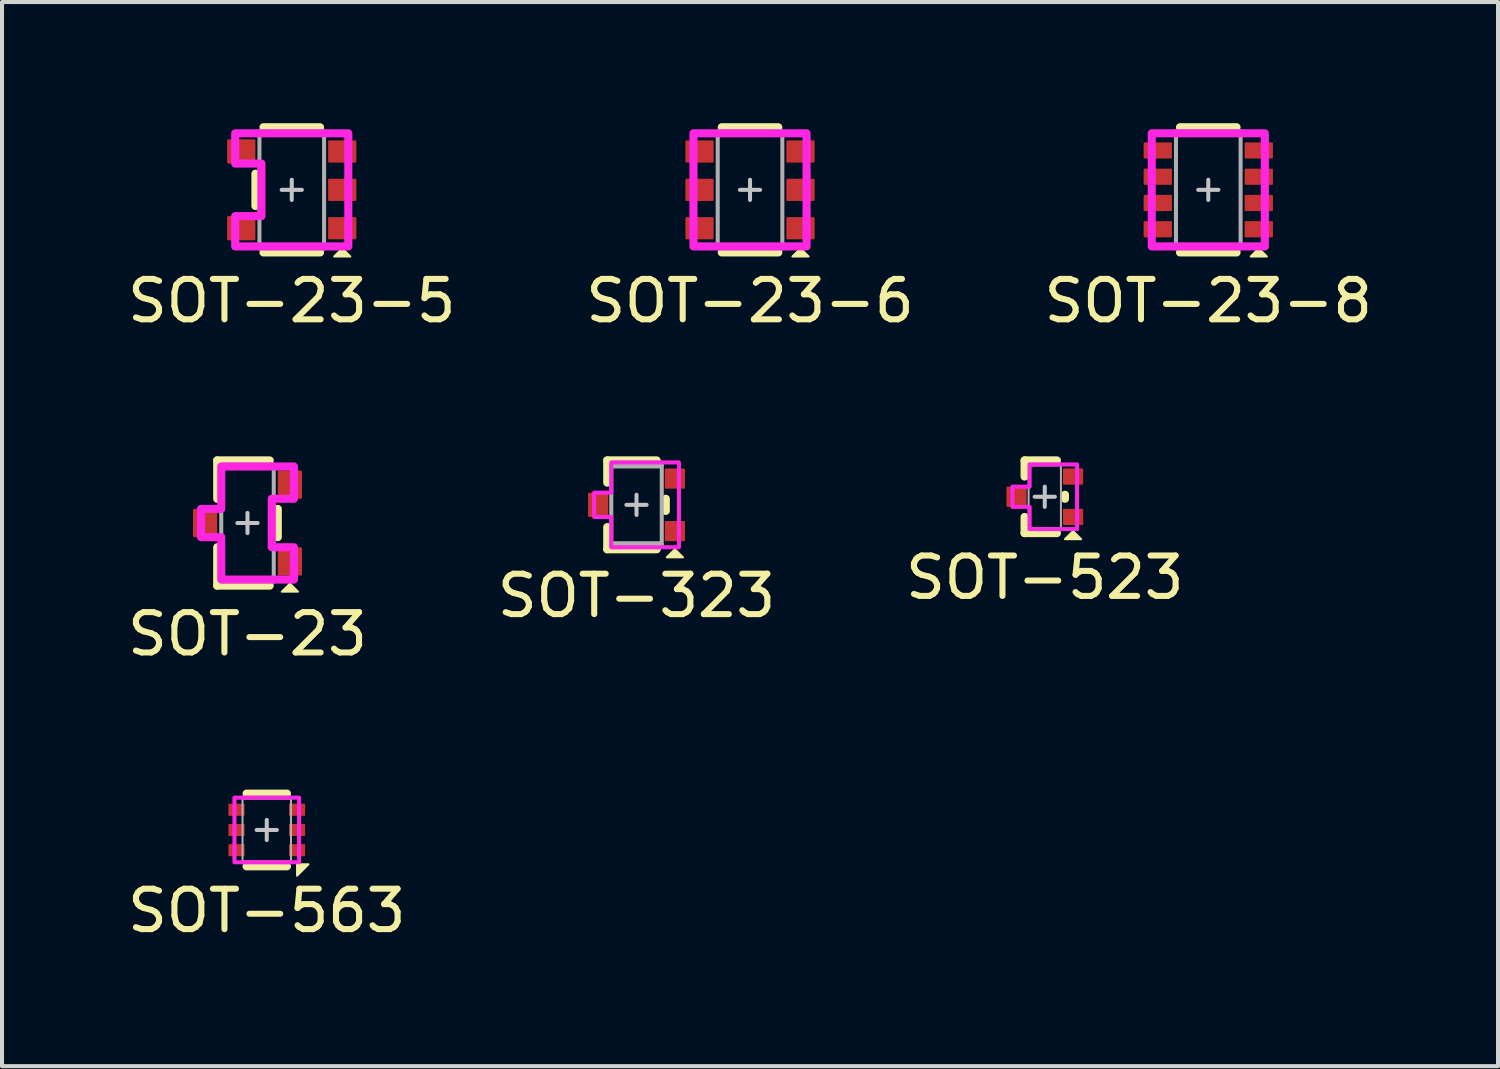
<source format=kicad_pcb>
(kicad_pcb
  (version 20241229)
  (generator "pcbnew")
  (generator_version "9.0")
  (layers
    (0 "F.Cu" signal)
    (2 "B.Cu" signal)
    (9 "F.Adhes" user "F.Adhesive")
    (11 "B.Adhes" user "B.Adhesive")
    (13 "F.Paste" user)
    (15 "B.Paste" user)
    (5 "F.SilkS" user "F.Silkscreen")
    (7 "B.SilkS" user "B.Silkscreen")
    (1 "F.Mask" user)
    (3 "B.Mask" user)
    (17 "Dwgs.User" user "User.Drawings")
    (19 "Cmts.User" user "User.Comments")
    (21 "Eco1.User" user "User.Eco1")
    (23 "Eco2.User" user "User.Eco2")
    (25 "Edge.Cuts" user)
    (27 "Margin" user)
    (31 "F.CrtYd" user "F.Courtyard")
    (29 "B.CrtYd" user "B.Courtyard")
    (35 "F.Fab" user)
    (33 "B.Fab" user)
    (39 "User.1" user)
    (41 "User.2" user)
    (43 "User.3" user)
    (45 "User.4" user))
  (footprint "SOT-523"
    (layer "F.Cu")
    (at 22.815 9.248)
    (property "Reference" "SOT-523" (at 0 2 0) (unlocked yes) (layer "F.SilkS") (effects (font (size 1 1) (thickness 0.15))))
    (attr smd)
    (fp_line (start -0.5 -0.9) (end 0.3 -0.9) (stroke (width 0.2) (type solid)) (layer "F.SilkS"))
    (fp_line (start -0.5 -0.5) (end -0.5 -0.9) (stroke (width 0.2) (type solid)) (layer "F.SilkS"))
    (fp_line (start -0.5 0.5) (end -0.5 0.9) (stroke (width 0.2) (type solid)) (layer "F.SilkS"))
    (fp_line (start -0.5 0.9) (end 0.3 0.9) (stroke (width 0.2) (type solid)) (layer "F.SilkS"))
    (fp_line (start 0.5 -0.05) (end 0.5 0.05) (stroke (width 0.2) (type solid)) (layer "F.SilkS"))
    (fp_poly (pts (xy 0.5 1.05) (xy 0.7 0.85) (xy 0.9 1.05)) (stroke (width 0.05) (type solid)) (fill yes) (layer "F.SilkS"))
    (fp_line (start -0.25 0) (end 0.25 0) (stroke (width 0.1) (type solid)) (layer "Dwgs.User"))
    (fp_line (start 0 -0.25) (end 0 0.25) (stroke (width 0.1) (type solid)) (layer "Dwgs.User"))
    (fp_poly (pts (xy 0.8 0.8) (xy -0.375 0.8) (xy -0.375 0.25) (xy -0.8 0.25) (xy -0.8 -0.25) (xy -0.375 -0.25) (xy -0.375 -0.8) (xy 0.8 -0.8)) (stroke (width 0.1) (type solid)) (fill no) (layer "F.CrtYd"))
    (fp_line (start -0.4 -0.8) (end -0.4 0.8) (stroke (width 0.05) (type solid)) (layer "F.Fab"))
    (fp_line (start -0.375 -0.8) (end 0.375 -0.8) (stroke (width 0.1) (type solid)) (layer "F.Fab"))
    (fp_line (start -0.375 0.8) (end 0.375 0.8) (stroke (width 0.1) (type solid)) (layer "F.Fab"))
    (fp_line (start 0.4 -0.8) (end 0.4 0.8) (stroke (width 0.05) (type solid)) (layer "F.Fab"))
    (pad "1" smd roundrect (at 0.7 0.5) (size 0.5 0.4) (layers "F.Cu" "F.Mask" "F.Paste") (roundrect_rratio 0.05))
    (pad "2" smd roundrect (at 0.7 -0.5) (size 0.5 0.4) (layers "F.Cu" "F.Mask" "F.Paste") (roundrect_rratio 0.05))
    (pad "3" smd roundrect (at -0.7 0) (size 0.5 0.5) (layers "F.Cu" "F.Mask" "F.Paste") (roundrect_rratio 0.05)))
  (footprint "SOT-563"
    (layer "F.Cu")
    (at 3.554 17.497)
    (property "Reference" "SOT-563" (at 0 2 0) (unlocked yes) (layer "F.SilkS") (effects (font (size 1 1) (thickness 0.15))))
    (attr smd)
    (fp_line (start 0.5 -0.9) (end -0.5 -0.9) (stroke (width 0.2) (type solid)) (layer "F.SilkS"))
    (fp_line (start 0.5 0.9) (end -0.5 0.9) (stroke (width 0.2) (type solid)) (layer "F.SilkS"))
    (fp_poly (pts (xy 0.75 1.133) (xy 0.75 0.85) (xy 1.033 0.85)) (stroke (width 0.05) (type solid)) (fill yes) (layer "F.SilkS"))
    (fp_line (start 0 0.25) (end 0 -0.25) (stroke (width 0.1) (type solid)) (layer "Dwgs.User"))
    (fp_line (start 0.25 0) (end -0.25 0) (stroke (width 0.1) (type solid)) (layer "Dwgs.User"))
    (fp_rect (start -0.8 -0.8) (end 0.8 0.8) (stroke (width 0.1) (type solid)) (fill no) (layer "F.CrtYd"))
    (fp_line (start -0.6 -0.8) (end -0.6 0.8) (stroke (width 0.05) (type solid)) (layer "F.Fab"))
    (fp_line (start -0.575 -0.8) (end 0.575 -0.8) (stroke (width 0.1) (type solid)) (layer "F.Fab"))
    (fp_line (start -0.575 0.8) (end 0.575 0.8) (stroke (width 0.1) (type solid)) (layer "F.Fab"))
    (fp_line (start 0.6 -0.8) (end 0.6 0.8) (stroke (width 0.05) (type solid)) (layer "F.Fab"))
    (pad "1" smd roundrect (at 0.75 0.5) (size 0.4 0.3) (layers "F.Cu" "F.Mask" "F.Paste") (roundrect_rratio 0.05))
    (pad "2" smd roundrect (at 0.75 0) (size 0.4 0.3) (layers "F.Cu" "F.Mask" "F.Paste") (roundrect_rratio 0.05))
    (pad "3" smd roundrect (at 0.75 -0.5) (size 0.4 0.3) (layers "F.Cu" "F.Mask" "F.Paste") (roundrect_rratio 0.05))
    (pad "4" smd roundrect (at -0.75 -0.5) (size 0.4 0.3) (layers "F.Cu" "F.Mask" "F.Paste") (roundrect_rratio 0.05))
    (pad "5" smd roundrect (at -0.75 0) (size 0.4 0.3) (layers "F.Cu" "F.Mask" "F.Paste") (roundrect_rratio 0.05))
    (pad "6" smd roundrect (at -0.75 0.5) (size 0.4 0.3) (layers "F.Cu" "F.Mask" "F.Paste") (roundrect_rratio 0.05)))
  (footprint "SOT-23-6"
    (layer "F.Cu")
    (at 15.518 1.65)
    (property "Reference" "SOT-23-6" (at 0 2.75 0) (unlocked yes) (layer "F.SilkS") (effects (font (size 1 1) (thickness 0.15))))
    (attr smd)
    (fp_line (start 0.7 -1.55) (end -0.7 -1.55) (stroke (width 0.2) (type solid)) (layer "F.SilkS"))
    (fp_line (start 0.7 1.55) (end -0.7 1.55) (stroke (width 0.2) (type solid)) (layer "F.SilkS"))
    (fp_poly (pts (xy 1.05 1.65) (xy 1.25 1.45) (xy 1.45 1.65)) (stroke (width 0.05) (type solid)) (fill yes) (layer "F.SilkS"))
    (fp_line (start 0 0.25) (end 0 -0.25) (stroke (width 0.1) (type solid)) (layer "Dwgs.User"))
    (fp_line (start 0.25 0) (end -0.25 0) (stroke (width 0.1) (type solid)) (layer "Dwgs.User"))
    (fp_rect (start -1.4 -1.4) (end 1.4 1.4) (stroke (width 0.2) (type solid)) (fill no) (layer "F.CrtYd"))
    (fp_rect (start -0.8 -1.45) (end 0.8 1.45) (stroke (width 0.1) (type solid)) (fill no) (layer "F.Fab"))
    (pad "1" smd roundrect (at 1.25 0.95) (size 0.7 0.55) (layers "F.Cu" "F.Mask" "F.Paste") (roundrect_rratio 0.05))
    (pad "2" smd roundrect (at 1.25 0) (size 0.7 0.55) (layers "F.Cu" "F.Mask" "F.Paste") (roundrect_rratio 0.05))
    (pad "3" smd roundrect (at 1.25 -0.95) (size 0.7 0.55) (layers "F.Cu" "F.Mask" "F.Paste") (roundrect_rratio 0.05))
    (pad "4" smd roundrect (at -1.25 -0.95) (size 0.7 0.55) (layers "F.Cu" "F.Mask" "F.Paste") (roundrect_rratio 0.05))
    (pad "5" smd roundrect (at -1.25 0) (size 0.7 0.55) (layers "F.Cu" "F.Mask" "F.Paste") (roundrect_rratio 0.05))
    (pad "6" smd roundrect (at -1.25 0.95) (size 0.7 0.55) (layers "F.Cu" "F.Mask" "F.Paste") (roundrect_rratio 0.05)))
  (footprint "SOT-23-8"
    (layer "F.Cu")
    (at 26.863 1.65)
    (property "Reference" "SOT-23-8" (at 0 2.75 0) (unlocked yes) (layer "F.SilkS") (effects (font (size 1 1) (thickness 0.15))))
    (attr smd)
    (fp_line (start 0.7 -1.55) (end -0.7 -1.55) (stroke (width 0.2) (type solid)) (layer "F.SilkS"))
    (fp_line (start 0.7 1.55) (end -0.7 1.55) (stroke (width 0.2) (type solid)) (layer "F.SilkS"))
    (fp_poly (pts (xy 1.05 1.65) (xy 1.25 1.45) (xy 1.45 1.65)) (stroke (width 0.05) (type solid)) (fill yes) (layer "F.SilkS"))
    (fp_line (start 0 0.25) (end 0 -0.25) (stroke (width 0.1) (type solid)) (layer "Dwgs.User"))
    (fp_line (start 0.25 0) (end -0.25 0) (stroke (width 0.1) (type solid)) (layer "Dwgs.User"))
    (fp_rect (start -1.4 -1.4) (end 1.4 1.4) (stroke (width 0.2) (type solid)) (fill no) (layer "F.CrtYd"))
    (fp_rect (start -0.8 -1.45) (end 0.8 1.45) (stroke (width 0.1) (type solid)) (fill no) (layer "F.Fab"))
    (pad "1" smd roundrect (at 1.25 0.975) (size 0.7 0.4) (layers "F.Cu" "F.Mask" "F.Paste") (roundrect_rratio 0.05))
    (pad "2" smd roundrect (at 1.25 0.325) (size 0.7 0.4) (layers "F.Cu" "F.Mask" "F.Paste") (roundrect_rratio 0.05))
    (pad "3" smd roundrect (at 1.25 -0.325) (size 0.7 0.4) (layers "F.Cu" "F.Mask" "F.Paste") (roundrect_rratio 0.05))
    (pad "4" smd roundrect (at 1.25 -0.975) (size 0.7 0.4) (layers "F.Cu" "F.Mask" "F.Paste") (roundrect_rratio 0.05))
    (pad "5" smd roundrect (at -1.25 -0.975) (size 0.7 0.4) (layers "F.Cu" "F.Mask" "F.Paste") (roundrect_rratio 0.05))
    (pad "6" smd roundrect (at -1.25 -0.325) (size 0.7 0.4) (layers "F.Cu" "F.Mask" "F.Paste") (roundrect_rratio 0.05))
    (pad "7" smd roundrect (at -1.25 0.325) (size 0.7 0.4) (layers "F.Cu" "F.Mask" "F.Paste") (roundrect_rratio 0.05))
    (pad "8" smd roundrect (at -1.25 0.975) (size 0.7 0.4) (layers "F.Cu" "F.Mask" "F.Paste") (roundrect_rratio 0.05)))
  (footprint "SOT-323"
    (layer "F.Cu")
    (at 12.708 9.448)
    (property "Reference" "SOT-323" (at 0 2.25 0) (unlocked yes) (layer "F.SilkS") (effects (font (size 1 1) (thickness 0.15))))
    (attr smd)
    (fp_line (start -0.725 -1.1) (end 0.5 -1.1) (stroke (width 0.2) (type solid)) (layer "F.SilkS"))
    (fp_line (start -0.725 -0.55) (end -0.725 -1.1) (stroke (width 0.2) (type solid)) (layer "F.SilkS"))
    (fp_line (start -0.725 0.55) (end -0.725 1.1) (stroke (width 0.2) (type solid)) (layer "F.SilkS"))
    (fp_line (start -0.725 1.1) (end 0.5 1.1) (stroke (width 0.2) (type solid)) (layer "F.SilkS"))
    (fp_line (start 0.725 -0.15) (end 0.725 0.15) (stroke (width 0.2) (type solid)) (layer "F.SilkS"))
    (fp_poly (pts (xy 0.75 1.3) (xy 0.95 1.1) (xy 1.15 1.3)) (stroke (width 0.05) (type solid)) (fill yes) (layer "F.SilkS"))
    (fp_line (start -0.25 0) (end 0.25 0) (stroke (width 0.1) (type solid)) (layer "Dwgs.User"))
    (fp_line (start 0 -0.25) (end 0 0.25) (stroke (width 0.1) (type solid)) (layer "Dwgs.User"))
    (fp_poly (pts (xy 1.05 1.05) (xy -0.625 1.05) (xy -0.625 0.3) (xy -1.05 0.3) (xy -1.05 -0.3) (xy -0.625 -0.3) (xy -0.625 -1.05) (xy 1.05 -1.05)) (stroke (width 0.1) (type solid)) (fill no) (layer "F.CrtYd"))
    (fp_line (start -0.625 -1) (end -0.625 1) (stroke (width 0.1) (type solid)) (layer "F.Fab"))
    (fp_line (start -0.575 -1) (end 0.575 -1) (stroke (width 0.2) (type solid)) (layer "F.Fab"))
    (fp_line (start -0.575 1) (end 0.575 1) (stroke (width 0.2) (type solid)) (layer "F.Fab"))
    (fp_line (start 0.625 1) (end 0.625 -1) (stroke (width 0.1) (type solid)) (layer "F.Fab"))
    (pad "1" smd roundrect (at 0.95 0.65) (size 0.5 0.5) (layers "F.Cu" "F.Mask" "F.Paste") (roundrect_rratio 0.05))
    (pad "2" smd roundrect (at 0.95 -0.65) (size 0.5 0.5) (layers "F.Cu" "F.Mask" "F.Paste") (roundrect_rratio 0.05))
    (pad "3" smd roundrect (at -0.95 0 90) (size 0.6 0.5) (layers "F.Cu" "F.Mask" "F.Paste") (roundrect_rratio 0.05)))
  (footprint "SOT-23"
    (layer "F.Cu")
    (at 3.077 9.898)
    (property "Reference" "SOT-23" (at 0 2.75 0) (unlocked yes) (layer "F.SilkS") (effects (font (size 1 1) (thickness 0.15))))
    (attr smd)
    (fp_line (start -0.75 -1.55) (end 0.55 -1.55) (stroke (width 0.2) (type solid)) (layer "F.SilkS"))
    (fp_line (start -0.75 -0.6) (end -0.75 -1.55) (stroke (width 0.2) (type solid)) (layer "F.SilkS"))
    (fp_line (start -0.75 0.6) (end -0.75 1.55) (stroke (width 0.2) (type solid)) (layer "F.SilkS"))
    (fp_line (start -0.75 1.55) (end 0.55 1.55) (stroke (width 0.2) (type solid)) (layer "F.SilkS"))
    (fp_line (start 0.75 -0.35) (end 0.75 0.35) (stroke (width 0.2) (type solid)) (layer "F.SilkS"))
    (fp_poly (pts (xy 0.85 1.7) (xy 1.05 1.5) (xy 1.25 1.7)) (stroke (width 0.05) (type solid)) (fill yes) (layer "F.SilkS"))
    (fp_line (start -0.25 0) (end 0.25 0) (stroke (width 0.1) (type solid)) (layer "Dwgs.User"))
    (fp_line (start 0 -0.25) (end 0 0.25) (stroke (width 0.1) (type solid)) (layer "Dwgs.User"))
    (fp_poly (pts (xy 1.15 -0.6) (xy 0.6 -0.6) (xy 0.6 0.6) (xy 1.15 0.6) (xy 1.15 1.4) (xy -0.65 1.4) (xy -0.65 0.35) (xy -1.15 0.35) (xy -1.15 -0.35) (xy -0.65 -0.35) (xy -0.65 -1.4) (xy 1.15 -1.4)) (stroke (width 0.2) (type solid)) (fill no) (layer "F.CrtYd"))
    (fp_rect (start -0.65 -1.45) (end 0.65 1.45) (stroke (width 0.1) (type solid)) (fill no) (layer "F.Fab"))
    (pad "1" smd roundrect (at 1.05 0.95 90) (size 0.7 0.6) (layers "F.Cu" "F.Mask" "F.Paste") (roundrect_rratio 0.05))
    (pad "2" smd roundrect (at 1.05 -0.95 90) (size 0.7 0.6) (layers "F.Cu" "F.Mask" "F.Paste") (roundrect_rratio 0.05))
    (pad "3" smd roundrect (at -1.05 0 90) (size 0.7 0.6) (layers "F.Cu" "F.Mask" "F.Paste") (roundrect_rratio 0.05)))
  (footprint "SOT-23-5"
    (layer "F.Cu")
    (at 4.173 1.65)
    (property "Reference" "SOT-23-5" (at 0 2.75 0) (unlocked yes) (layer "F.SilkS") (effects (font (size 1 1) (thickness 0.15))))
    (attr smd)
    (fp_line (start -0.9 0.4) (end -0.9 -0.4) (stroke (width 0.2) (type solid)) (layer "F.SilkS"))
    (fp_line (start 0.7 -1.55) (end -0.7 -1.55) (stroke (width 0.2) (type solid)) (layer "F.SilkS"))
    (fp_line (start 0.7 1.55) (end -0.7 1.55) (stroke (width 0.2) (type solid)) (layer "F.SilkS"))
    (fp_poly (pts (xy 1.05 1.65) (xy 1.25 1.45) (xy 1.45 1.65)) (stroke (width 0.05) (type solid)) (fill yes) (layer "F.SilkS"))
    (fp_line (start 0 0.25) (end 0 -0.25) (stroke (width 0.1) (type solid)) (layer "Dwgs.User"))
    (fp_line (start 0.25 0) (end -0.25 0) (stroke (width 0.1) (type solid)) (layer "Dwgs.User"))
    (fp_poly (pts (xy 1.4 1.4) (xy -1.4 1.4) (xy -1.4 0.65) (xy -0.75 0.65) (xy -0.75 -0.65) (xy -1.4 -0.65) (xy -1.4 -1.4) (xy 1.4 -1.4)) (stroke (width 0.2) (type solid)) (fill no) (layer "F.CrtYd"))
    (fp_rect (start -0.8 -1.45) (end 0.8 1.45) (stroke (width 0.1) (type solid)) (fill no) (layer "F.Fab"))
    (pad "1" smd roundrect (at 1.25 0.95) (size 0.7 0.55) (layers "F.Cu" "F.Mask" "F.Paste") (roundrect_rratio 0.05))
    (pad "2" smd roundrect (at 1.25 0) (size 0.7 0.55) (layers "F.Cu" "F.Mask" "F.Paste") (roundrect_rratio 0.05))
    (pad "3" smd roundrect (at 1.25 -0.95) (size 0.7 0.55) (layers "F.Cu" "F.Mask" "F.Paste") (roundrect_rratio 0.05))
    (pad "4" smd roundrect (at -1.25 -0.95) (size 0.7 0.6) (layers "F.Cu" "F.Mask" "F.Paste") (roundrect_rratio 0.05))
    (pad "5" smd roundrect (at -1.25 0.95) (size 0.7 0.6) (layers "F.Cu" "F.Mask" "F.Paste") (roundrect_rratio 0.05)))
  (gr_rect
    (start -3 -3)
    (end 34.036 23.345)
    (stroke (width 0.1) (type default))
    (fill no)
    (layer "Edge.Cuts")))
</source>
